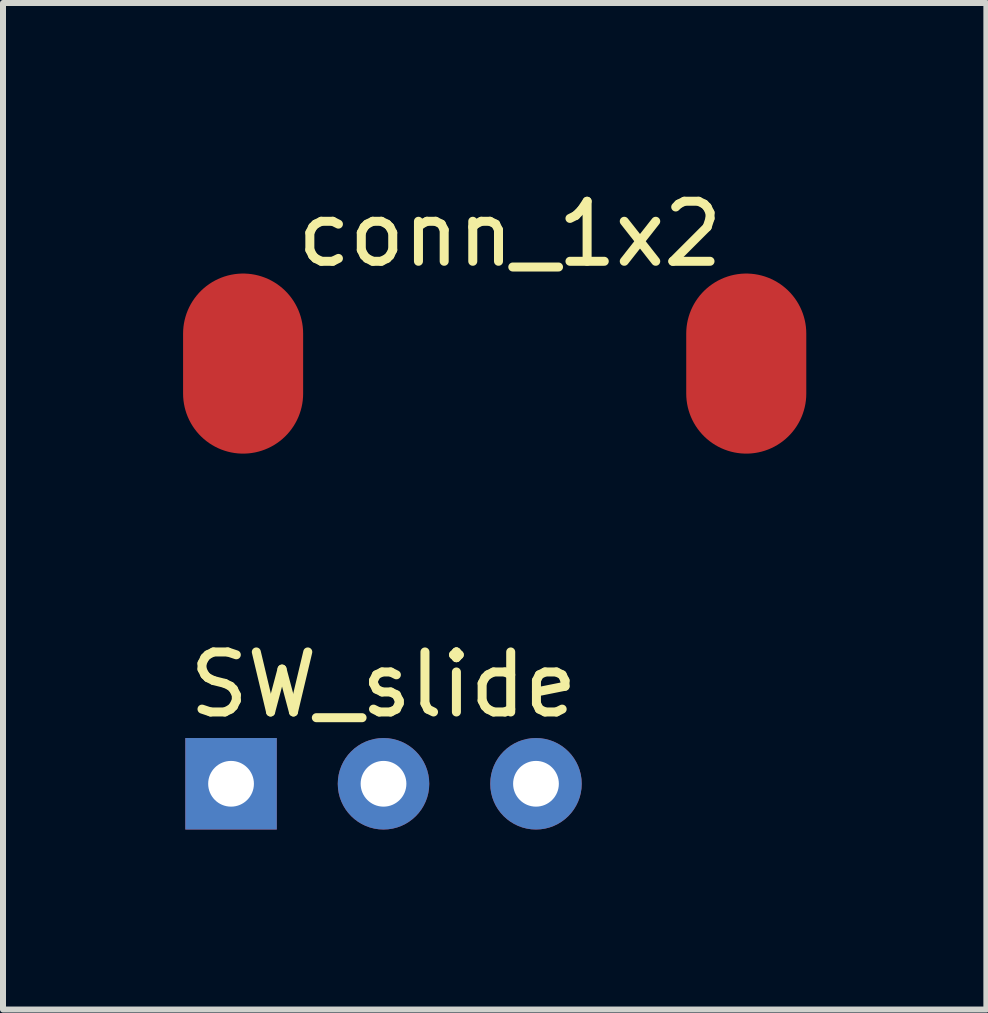
<source format=kicad_pcb>
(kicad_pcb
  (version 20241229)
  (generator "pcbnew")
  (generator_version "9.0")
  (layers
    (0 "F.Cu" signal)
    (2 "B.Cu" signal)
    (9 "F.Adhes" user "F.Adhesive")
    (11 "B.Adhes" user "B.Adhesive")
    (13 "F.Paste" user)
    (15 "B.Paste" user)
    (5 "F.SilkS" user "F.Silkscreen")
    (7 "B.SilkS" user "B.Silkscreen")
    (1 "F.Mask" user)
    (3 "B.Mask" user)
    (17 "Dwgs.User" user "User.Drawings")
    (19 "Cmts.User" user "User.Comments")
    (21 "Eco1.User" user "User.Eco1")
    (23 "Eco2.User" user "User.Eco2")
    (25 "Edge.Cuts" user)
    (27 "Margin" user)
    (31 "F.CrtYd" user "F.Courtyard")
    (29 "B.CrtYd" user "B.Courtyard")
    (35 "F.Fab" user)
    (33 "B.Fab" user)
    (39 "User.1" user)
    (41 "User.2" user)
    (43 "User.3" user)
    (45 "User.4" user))
  (footprint "SW_slide"
    (layer "F.Cu")
    (at 3.339 10.007)
    (property "Reference" "SW_slide" (at 0 -1.651 0) (layer "F.SilkS") (effects (font (size 1 1) (thickness 0.15))))
    (attr through_hole)
    (pad "1" thru_hole rect (at -2.54 0) (size 1.524 1.524) (drill 0.762) (layers "*.Cu" "*.Mask"))
    (pad "2" thru_hole circle (at 0 0) (size 1.524 1.524) (drill 0.762) (layers "*.Cu" "*.Mask"))
    (pad "3" thru_hole circle (at 2.54 0) (size 1.524 1.524) (drill 0.762) (layers "*.Cu" "*.Mask")))
  (footprint "conn_1x2"
    (layer "F.Cu")
    (at 5.191 3.007)
    (property "Reference" "conn_1x2" (at 0.254 -2.159 0) (layer "F.SilkS") (effects (font (size 1 1) (thickness 0.15))))
    (attr through_hole)
    (pad "1" smd oval (at -4.191 0) (size 2 3) (layers "F.Cu" "F.Mask" "F.Paste"))
    (pad "2" smd oval (at 4.191 0) (size 2 3) (layers "F.Cu" "F.Mask" "F.Paste")))
  (gr_rect
    (start -3 -3)
    (end 13.382 13.768)
    (stroke (width 0.1) (type default))
    (fill no)
    (layer "Edge.Cuts")))
</source>
